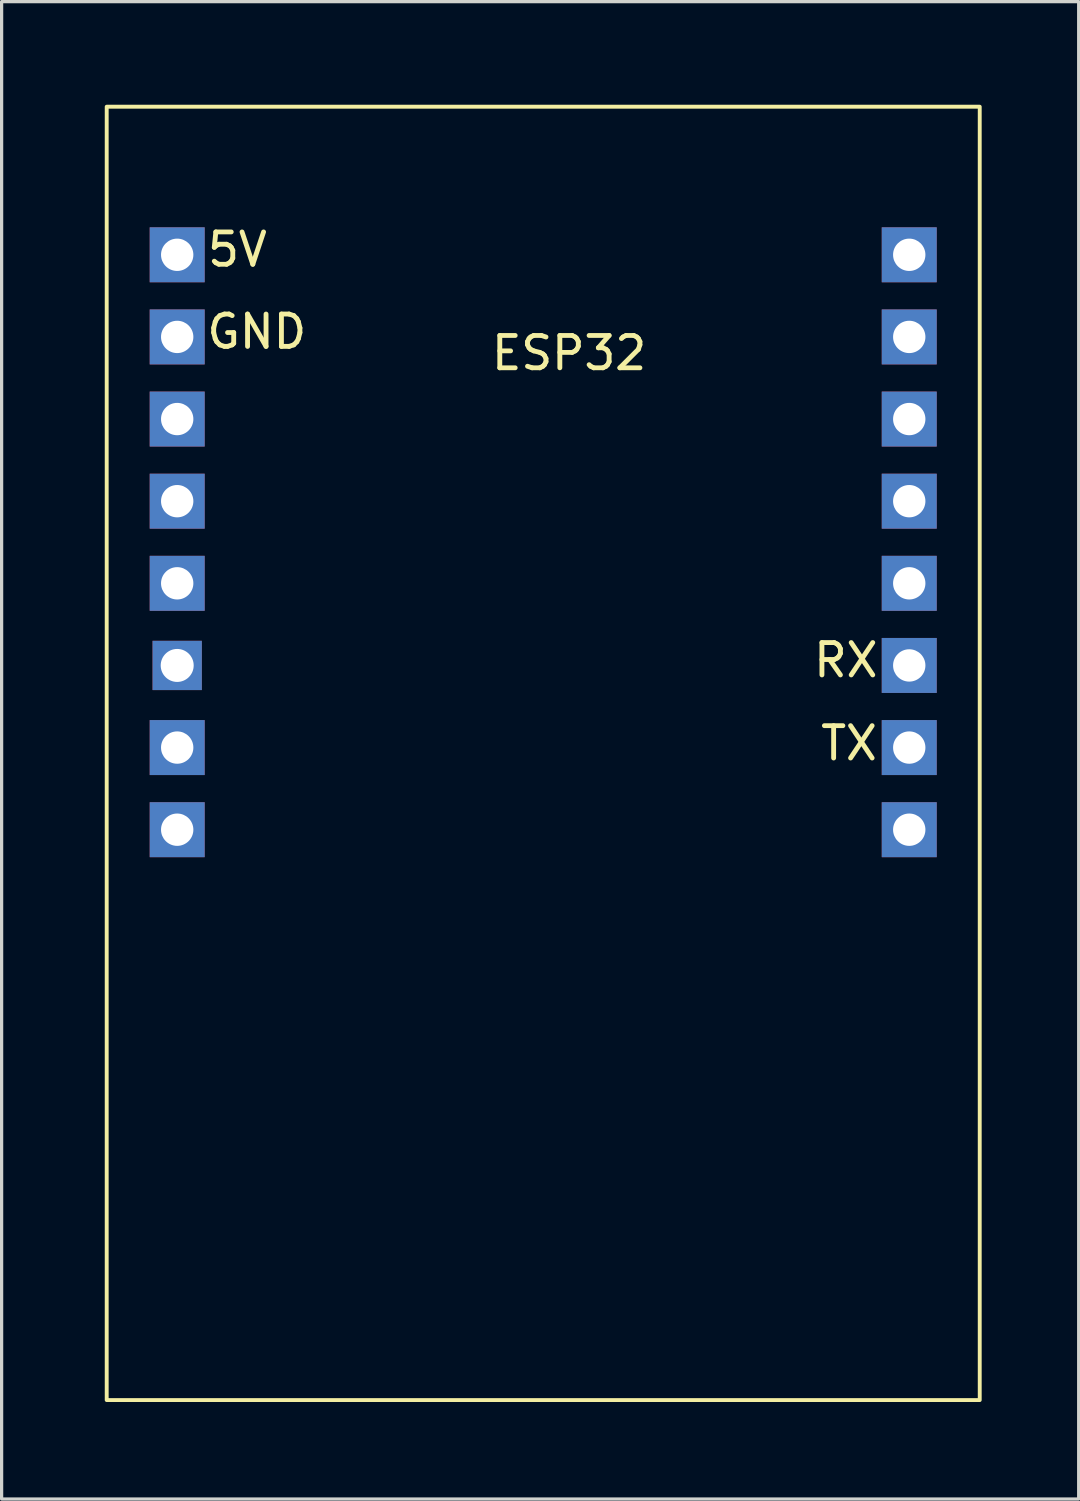
<source format=kicad_pcb>
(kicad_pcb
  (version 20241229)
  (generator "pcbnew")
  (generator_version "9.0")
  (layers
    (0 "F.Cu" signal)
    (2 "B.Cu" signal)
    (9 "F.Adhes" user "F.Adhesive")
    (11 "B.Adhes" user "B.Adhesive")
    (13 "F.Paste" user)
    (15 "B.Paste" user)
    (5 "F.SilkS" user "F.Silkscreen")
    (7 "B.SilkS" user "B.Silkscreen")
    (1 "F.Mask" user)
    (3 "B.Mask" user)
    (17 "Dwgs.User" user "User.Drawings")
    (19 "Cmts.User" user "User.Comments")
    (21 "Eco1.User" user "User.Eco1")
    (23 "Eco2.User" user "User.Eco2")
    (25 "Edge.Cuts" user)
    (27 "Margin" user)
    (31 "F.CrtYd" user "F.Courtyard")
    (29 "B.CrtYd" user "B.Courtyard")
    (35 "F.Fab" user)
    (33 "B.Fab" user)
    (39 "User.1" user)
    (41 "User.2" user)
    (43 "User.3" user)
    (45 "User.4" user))
  (footprint "ESP32"
    (layer "F.Cu")
    (at 0.25 0.25)
    (property "Reference" "ESP32" (at 14.3 7.62 0) (unlocked yes) (layer "F.SilkS") (effects (font (size 1 1) (thickness 0.15))))
    (fp_rect (start 27 0) (end 0 40) (stroke (width 0.12) (type solid)) (fill no) (layer "F.SilkS"))
    (fp_text user "5V" (at 4.042 4.418 0) (unlocked yes) (layer "F.SilkS") (effects (font (size 1 1) (thickness 0.15))))
    (fp_text user "GND" (at 4.642 6.958 0) (unlocked yes) (layer "F.SilkS") (effects (font (size 1 1) (thickness 0.15))))
    (fp_text user "RX" (at 22.858 17.118 0) (unlocked yes) (layer "F.SilkS") (effects (font (size 1 1) (thickness 0.15))))
    (fp_text user "TX" (at 22.958 19.688 0) (unlocked yes) (layer "F.SilkS") (effects (font (size 1 1) (thickness 0.15))))
    (pad "1" thru_hole rect (at 2.18 4.58 180) (size 1.7 1.7) (drill 1) (layers "*.Cu" "*.Mask"))
    (pad "2" thru_hole rect (at 2.18 7.12 180) (size 1.7 1.7) (drill 1) (layers "*.Cu" "*.Mask"))
    (pad "3" thru_hole rect (at 2.18 9.66 180) (size 1.7 1.7) (drill 1) (layers "*.Cu" "*.Mask"))
    (pad "4" thru_hole rect (at 2.18 12.2 180) (size 1.7 1.7) (drill 1) (layers "*.Cu" "*.Mask"))
    (pad "5" thru_hole rect (at 2.18 14.74 180) (size 1.7 1.7) (drill 1) (layers "*.Cu" "*.Mask"))
    (pad "6" thru_hole rect (at 2.18 17.28 180) (size 1.524 1.524) (drill 1.02) (layers "*.Cu" "*.Mask"))
    (pad "7" thru_hole rect (at 2.18 19.82 180) (size 1.7 1.7) (drill 1) (layers "*.Cu" "*.Mask"))
    (pad "8" thru_hole rect (at 2.18 22.36 180) (size 1.7 1.7) (drill 1) (layers "*.Cu" "*.Mask"))
    (pad "9" thru_hole rect (at 24.82 22.36 180) (size 1.7 1.7) (drill 1) (layers "*.Cu" "*.Mask"))
    (pad "10" thru_hole rect (at 24.82 19.82 180) (size 1.7 1.7) (drill 1) (layers "*.Cu" "*.Mask"))
    (pad "11" thru_hole rect (at 24.82 17.28 180) (size 1.7 1.7) (drill 1) (layers "*.Cu" "*.Mask"))
    (pad "12" thru_hole rect (at 24.82 14.74 180) (size 1.7 1.7) (drill 1) (layers "*.Cu" "*.Mask"))
    (pad "13" thru_hole rect (at 24.82 12.2 180) (size 1.7 1.7) (drill 1) (layers "*.Cu" "*.Mask"))
    (pad "14" thru_hole rect (at 24.82 9.66 180) (size 1.7 1.7) (drill 1) (layers "*.Cu" "*.Mask"))
    (pad "15" thru_hole rect (at 24.82 7.12 180) (size 1.7 1.7) (drill 1) (layers "*.Cu" "*.Mask"))
    (pad "16" thru_hole rect (at 24.82 4.58 180) (size 1.7 1.7) (drill 1) (layers "*.Cu" "*.Mask")))
  (gr_rect
    (start -3 -3)
    (end 30.31 43.31)
    (stroke (width 0.1) (type default))
    (fill no)
    (layer "Edge.Cuts")))
</source>
